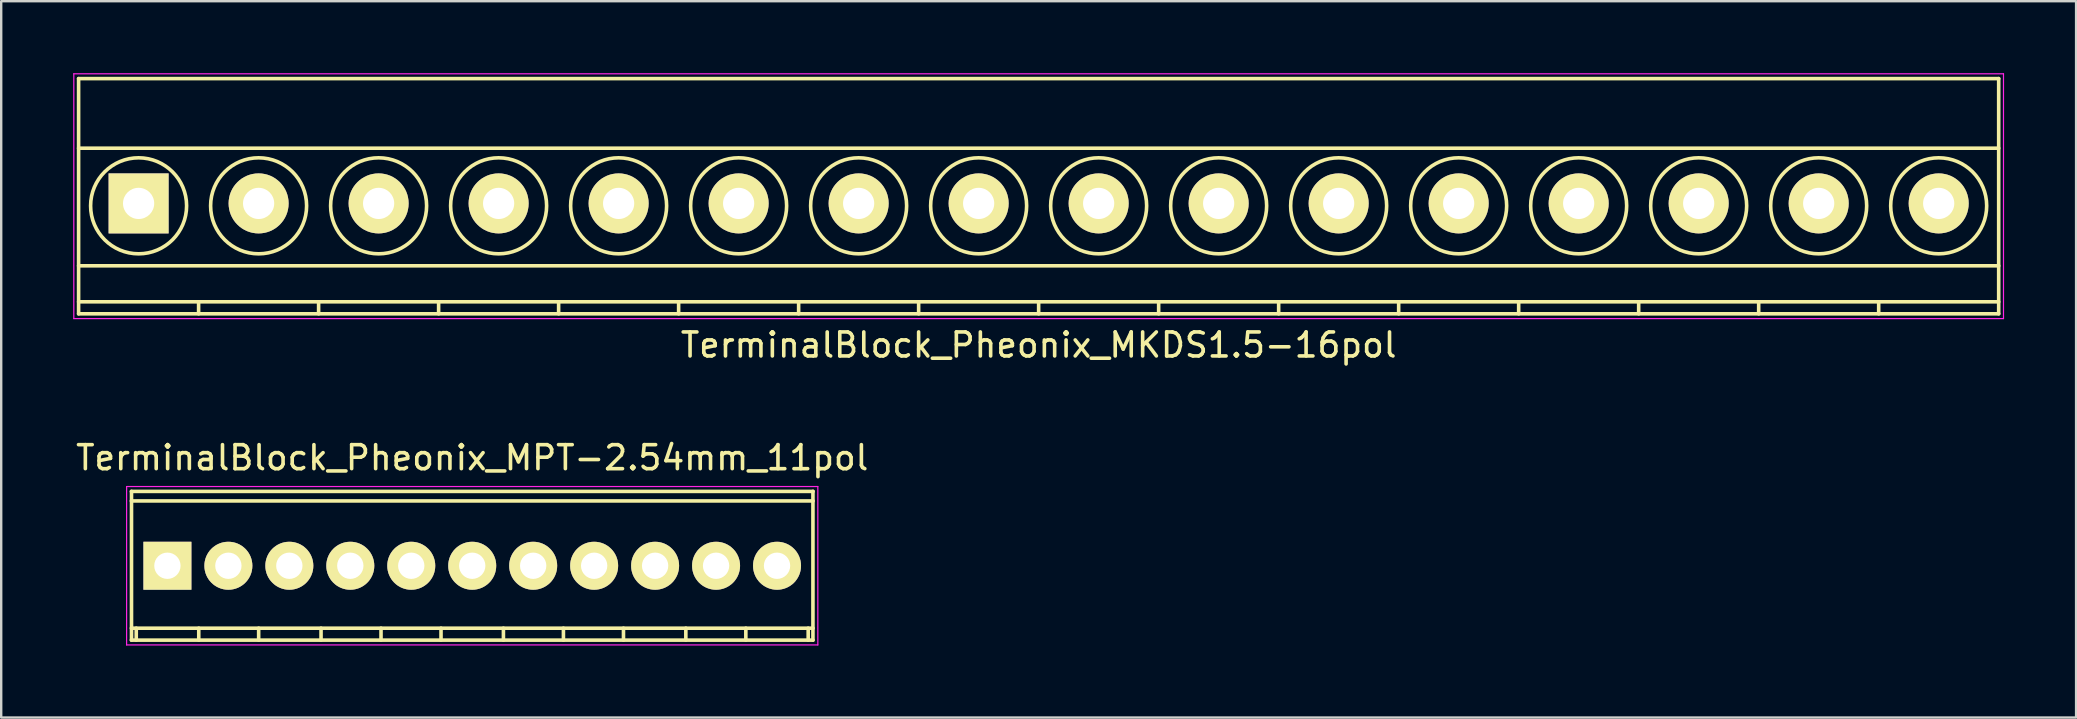
<source format=kicad_pcb>
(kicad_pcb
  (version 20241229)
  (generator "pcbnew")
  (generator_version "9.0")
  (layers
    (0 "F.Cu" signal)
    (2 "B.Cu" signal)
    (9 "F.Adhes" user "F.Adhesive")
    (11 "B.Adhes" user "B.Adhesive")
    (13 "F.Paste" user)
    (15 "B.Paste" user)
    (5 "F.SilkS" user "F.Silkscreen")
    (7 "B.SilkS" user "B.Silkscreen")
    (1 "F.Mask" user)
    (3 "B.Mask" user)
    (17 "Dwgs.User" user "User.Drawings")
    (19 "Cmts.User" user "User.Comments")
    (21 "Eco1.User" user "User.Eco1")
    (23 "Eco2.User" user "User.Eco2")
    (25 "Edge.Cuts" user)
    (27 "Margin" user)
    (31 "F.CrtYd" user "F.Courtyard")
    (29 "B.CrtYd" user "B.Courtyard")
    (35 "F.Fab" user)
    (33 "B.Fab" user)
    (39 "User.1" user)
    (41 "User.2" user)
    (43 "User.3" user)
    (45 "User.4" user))
  (footprint "TerminalBlock_Pheonix_MKDS1.5-16pol"
    (layer "F.Cu")
    (at 2.725 5.425)
    (property "Reference" "TerminalBlock_Pheonix_MKDS1.5-16pol" (at 37.5 5.9 0) (layer "F.SilkS") (effects (font (size 1 1) (thickness 0.15))))
    (attr through_hole)
    (fp_line (start -2.5 -5.2) (end -2.5 4.6) (stroke (width 0.15) (type solid)) (layer "F.SilkS"))
    (fp_line (start -2.5 -2.3) (end 77.5 -2.3) (stroke (width 0.15) (type solid)) (layer "F.SilkS"))
    (fp_line (start -2.5 2.6) (end 77.5 2.6) (stroke (width 0.15) (type solid)) (layer "F.SilkS"))
    (fp_line (start -2.5 4.1) (end 77.5 4.1) (stroke (width 0.15) (type solid)) (layer "F.SilkS"))
    (fp_line (start -2.5 4.6) (end 77.5 4.6) (stroke (width 0.15) (type solid)) (layer "F.SilkS"))
    (fp_line (start 2.5 4.1) (end 2.5 4.6) (stroke (width 0.15) (type solid)) (layer "F.SilkS"))
    (fp_line (start 7.5 4.1) (end 7.5 4.6) (stroke (width 0.15) (type solid)) (layer "F.SilkS"))
    (fp_line (start 12.5 4.1) (end 12.5 4.6) (stroke (width 0.15) (type solid)) (layer "F.SilkS"))
    (fp_line (start 17.5 4.1) (end 17.5 4.6) (stroke (width 0.15) (type solid)) (layer "F.SilkS"))
    (fp_line (start 22.5 4.1) (end 22.5 4.6) (stroke (width 0.15) (type solid)) (layer "F.SilkS"))
    (fp_line (start 27.5 4.1) (end 27.5 4.6) (stroke (width 0.15) (type solid)) (layer "F.SilkS"))
    (fp_line (start 32.5 4.1) (end 32.5 4.6) (stroke (width 0.15) (type solid)) (layer "F.SilkS"))
    (fp_line (start 37.5 4.1) (end 37.5 4.6) (stroke (width 0.15) (type solid)) (layer "F.SilkS"))
    (fp_line (start 42.5 4.1) (end 42.5 4.6) (stroke (width 0.15) (type solid)) (layer "F.SilkS"))
    (fp_line (start 47.5 4.1) (end 47.5 4.6) (stroke (width 0.15) (type solid)) (layer "F.SilkS"))
    (fp_line (start 52.5 4.1) (end 52.5 4.6) (stroke (width 0.15) (type solid)) (layer "F.SilkS"))
    (fp_line (start 57.5 4.1) (end 57.5 4.6) (stroke (width 0.15) (type solid)) (layer "F.SilkS"))
    (fp_line (start 62.5 4.1) (end 62.5 4.6) (stroke (width 0.15) (type solid)) (layer "F.SilkS"))
    (fp_line (start 67.5 4.1) (end 67.5 4.6) (stroke (width 0.15) (type solid)) (layer "F.SilkS"))
    (fp_line (start 72.5 4.1) (end 72.5 4.6) (stroke (width 0.15) (type solid)) (layer "F.SilkS"))
    (fp_line (start 77.5 -5.2) (end -2.5 -5.2) (stroke (width 0.15) (type solid)) (layer "F.SilkS"))
    (fp_line (start 77.5 4.6) (end 77.5 -5.2) (stroke (width 0.15) (type solid)) (layer "F.SilkS"))
    (fp_circle (center 0 0.1) (end 2 0.1) (stroke (width 0.15) (type solid)) (fill no) (layer "F.SilkS"))
    (fp_circle (center 5 0.1) (end 3 0.1) (stroke (width 0.15) (type solid)) (fill no) (layer "F.SilkS"))
    (fp_circle (center 10 0.1) (end 8 0.1) (stroke (width 0.15) (type solid)) (fill no) (layer "F.SilkS"))
    (fp_circle (center 15 0.1) (end 13 0.1) (stroke (width 0.15) (type solid)) (fill no) (layer "F.SilkS"))
    (fp_circle (center 20 0.1) (end 18 0.1) (stroke (width 0.15) (type solid)) (fill no) (layer "F.SilkS"))
    (fp_circle (center 25 0.1) (end 23 0.1) (stroke (width 0.15) (type solid)) (fill no) (layer "F.SilkS"))
    (fp_circle (center 30 0.1) (end 28 0.1) (stroke (width 0.15) (type solid)) (fill no) (layer "F.SilkS"))
    (fp_circle (center 35 0.1) (end 33 0.1) (stroke (width 0.15) (type solid)) (fill no) (layer "F.SilkS"))
    (fp_circle (center 40 0.1) (end 38 0.1) (stroke (width 0.15) (type solid)) (fill no) (layer "F.SilkS"))
    (fp_circle (center 45 0.1) (end 43 0.1) (stroke (width 0.15) (type solid)) (fill no) (layer "F.SilkS"))
    (fp_circle (center 50 0.1) (end 48 0.1) (stroke (width 0.15) (type solid)) (fill no) (layer "F.SilkS"))
    (fp_circle (center 55 0.1) (end 53 0.1) (stroke (width 0.15) (type solid)) (fill no) (layer "F.SilkS"))
    (fp_circle (center 60 0.1) (end 58 0.1) (stroke (width 0.15) (type solid)) (fill no) (layer "F.SilkS"))
    (fp_circle (center 65 0.1) (end 63 0.1) (stroke (width 0.15) (type solid)) (fill no) (layer "F.SilkS"))
    (fp_circle (center 70 0.1) (end 68 0.1) (stroke (width 0.15) (type solid)) (fill no) (layer "F.SilkS"))
    (fp_circle (center 75 0.1) (end 73 0.1) (stroke (width 0.15) (type solid)) (fill no) (layer "F.SilkS"))
    (fp_line (start -2.7 -5.4) (end -2.7 4.8) (stroke (width 0.05) (type solid)) (layer "F.CrtYd"))
    (fp_line (start -2.7 4.8) (end 77.7 4.8) (stroke (width 0.05) (type solid)) (layer "F.CrtYd"))
    (fp_line (start 77.7 -5.4) (end -2.7 -5.4) (stroke (width 0.05) (type solid)) (layer "F.CrtYd"))
    (fp_line (start 77.7 4.8) (end 77.7 -5.4) (stroke (width 0.05) (type solid)) (layer "F.CrtYd"))
    (pad "1" thru_hole rect (at 0 0) (size 2.5 2.5) (drill 1.3) (layers "*.Cu" "*.Mask" "F.SilkS"))
    (pad "2" thru_hole circle (at 5 0) (size 2.5 2.5) (drill 1.3) (layers "*.Cu" "*.Mask" "F.SilkS"))
    (pad "3" thru_hole circle (at 10 0) (size 2.5 2.5) (drill 1.3) (layers "*.Cu" "*.Mask" "F.SilkS"))
    (pad "4" thru_hole circle (at 15 0) (size 2.5 2.5) (drill 1.3) (layers "*.Cu" "*.Mask" "F.SilkS"))
    (pad "5" thru_hole circle (at 20 0) (size 2.5 2.5) (drill 1.3) (layers "*.Cu" "*.Mask" "F.SilkS"))
    (pad "6" thru_hole circle (at 25 0) (size 2.5 2.5) (drill 1.3) (layers "*.Cu" "*.Mask" "F.SilkS"))
    (pad "7" thru_hole circle (at 30 0) (size 2.5 2.5) (drill 1.3) (layers "*.Cu" "*.Mask" "F.SilkS"))
    (pad "8" thru_hole circle (at 35 0) (size 2.5 2.5) (drill 1.3) (layers "*.Cu" "*.Mask" "F.SilkS"))
    (pad "9" thru_hole circle (at 40 0) (size 2.5 2.5) (drill 1.3) (layers "*.Cu" "*.Mask" "F.SilkS"))
    (pad "10" thru_hole circle (at 45 0) (size 2.5 2.5) (drill 1.3) (layers "*.Cu" "*.Mask" "F.SilkS"))
    (pad "11" thru_hole circle (at 50 0) (size 2.5 2.5) (drill 1.3) (layers "*.Cu" "*.Mask" "F.SilkS"))
    (pad "12" thru_hole circle (at 55 0) (size 2.5 2.5) (drill 1.3) (layers "*.Cu" "*.Mask" "F.SilkS"))
    (pad "13" thru_hole circle (at 60 0) (size 2.5 2.5) (drill 1.3) (layers "*.Cu" "*.Mask" "F.SilkS"))
    (pad "14" thru_hole circle (at 65 0) (size 2.5 2.5) (drill 1.3) (layers "*.Cu" "*.Mask" "F.SilkS"))
    (pad "15" thru_hole circle (at 70 0) (size 2.5 2.5) (drill 1.3) (layers "*.Cu" "*.Mask" "F.SilkS"))
    (pad "16" thru_hole circle (at 75 0) (size 2.5 2.5) (drill 1.3) (layers "*.Cu" "*.Mask" "F.SilkS")))
  (footprint "TerminalBlock_Pheonix_MPT-2.54mm_11pol"
    (layer "F.Cu")
    (at 3.925 20.522)
    (property "Reference" "TerminalBlock_Pheonix_MPT-2.54mm_11pol" (at 12.7 -4.501 0) (layer "F.SilkS") (effects (font (size 1 1) (thickness 0.15))))
    (attr through_hole)
    (fp_line (start -1.501 -3.099) (end 26.901 -3.099) (stroke (width 0.15) (type solid)) (layer "F.SilkS"))
    (fp_line (start -1.501 3.099) (end 26.901 3.099) (stroke (width 0.15) (type solid)) (layer "F.SilkS"))
    (fp_line (start -1.496 -3.099) (end -1.496 3.099) (stroke (width 0.15) (type solid)) (layer "F.SilkS"))
    (fp_line (start -1.298 3.099) (end -1.298 2.601) (stroke (width 0.15) (type solid)) (layer "F.SilkS"))
    (fp_line (start 1.306 3.099) (end 1.306 2.601) (stroke (width 0.15) (type solid)) (layer "F.SilkS"))
    (fp_line (start 3.802 2.601) (end 3.802 3.099) (stroke (width 0.15) (type solid)) (layer "F.SilkS"))
    (fp_line (start 6.401 2.601) (end 6.401 3.099) (stroke (width 0.15) (type solid)) (layer "F.SilkS"))
    (fp_line (start 8.9 2.601) (end 8.9 3.099) (stroke (width 0.15) (type solid)) (layer "F.SilkS"))
    (fp_line (start 11.4 2.601) (end 11.4 3.099) (stroke (width 0.15) (type solid)) (layer "F.SilkS"))
    (fp_line (start 14 2.601) (end 14 3.099) (stroke (width 0.15) (type solid)) (layer "F.SilkS"))
    (fp_line (start 16.5 2.601) (end 16.5 3.099) (stroke (width 0.15) (type solid)) (layer "F.SilkS"))
    (fp_line (start 19.002 2.601) (end 19.002 3.099) (stroke (width 0.15) (type solid)) (layer "F.SilkS"))
    (fp_line (start 21.6 2.601) (end 21.6 3.099) (stroke (width 0.15) (type solid)) (layer "F.SilkS"))
    (fp_line (start 24.1 2.601) (end 24.1 3.099) (stroke (width 0.15) (type solid)) (layer "F.SilkS"))
    (fp_line (start 26.698 2.601) (end 26.698 3.099) (stroke (width 0.15) (type solid)) (layer "F.SilkS"))
    (fp_line (start 26.896 3.099) (end 26.896 -3.099) (stroke (width 0.15) (type solid)) (layer "F.SilkS"))
    (fp_line (start 26.901 -2.7) (end -1.501 -2.7) (stroke (width 0.15) (type solid)) (layer "F.SilkS"))
    (fp_line (start 26.901 2.601) (end -1.501 2.601) (stroke (width 0.15) (type solid)) (layer "F.SilkS"))
    (fp_line (start -1.7 -3.3) (end 27.1 -3.3) (stroke (width 0.05) (type solid)) (layer "F.CrtYd"))
    (fp_line (start -1.7 -3.2) (end -1.7 -3.3) (stroke (width 0.05) (type solid)) (layer "F.CrtYd"))
    (fp_line (start -1.7 3.3) (end -1.7 -3.2) (stroke (width 0.05) (type solid)) (layer "F.CrtYd"))
    (fp_line (start 27.1 -3.3) (end 27.1 3.3) (stroke (width 0.05) (type solid)) (layer "F.CrtYd"))
    (fp_line (start 27.1 3.3) (end -1.7 3.3) (stroke (width 0.05) (type solid)) (layer "F.CrtYd"))
    (pad "1" thru_hole rect (at 0 0 180) (size 1.999 1.999) (drill 1.097) (layers "*.Cu" "*.Mask" "F.SilkS"))
    (pad "2" thru_hole oval (at 2.54 0 180) (size 1.999 1.999) (drill 1.097) (layers "*.Cu" "*.Mask" "F.SilkS"))
    (pad "3" thru_hole oval (at 5.08 0 180) (size 1.999 1.999) (drill 1.097) (layers "*.Cu" "*.Mask" "F.SilkS"))
    (pad "4" thru_hole oval (at 7.62 0 180) (size 1.999 1.999) (drill 1.097) (layers "*.Cu" "*.Mask" "F.SilkS"))
    (pad "5" thru_hole oval (at 10.16 0 180) (size 1.999 1.999) (drill 1.097) (layers "*.Cu" "*.Mask" "F.SilkS"))
    (pad "6" thru_hole oval (at 12.7 0 180) (size 1.999 1.999) (drill 1.097) (layers "*.Cu" "*.Mask" "F.SilkS"))
    (pad "7" thru_hole oval (at 15.24 0 180) (size 1.999 1.999) (drill 1.097) (layers "*.Cu" "*.Mask" "F.SilkS"))
    (pad "8" thru_hole oval (at 17.78 0 180) (size 1.999 1.999) (drill 1.097) (layers "*.Cu" "*.Mask" "F.SilkS"))
    (pad "9" thru_hole oval (at 20.32 0 180) (size 1.999 1.999) (drill 1.097) (layers "*.Cu" "*.Mask" "F.SilkS"))
    (pad "10" thru_hole oval (at 22.86 0 180) (size 1.999 1.999) (drill 1.097) (layers "*.Cu" "*.Mask" "F.SilkS"))
    (pad "11" thru_hole oval (at 25.4 0 180) (size 1.999 1.999) (drill 1.097) (layers "*.Cu" "*.Mask" "F.SilkS")))
  (gr_rect
    (start -3 -3)
    (end 83.45 26.847)
    (stroke (width 0.1) (type default))
    (fill no)
    (layer "Edge.Cuts")))
</source>
